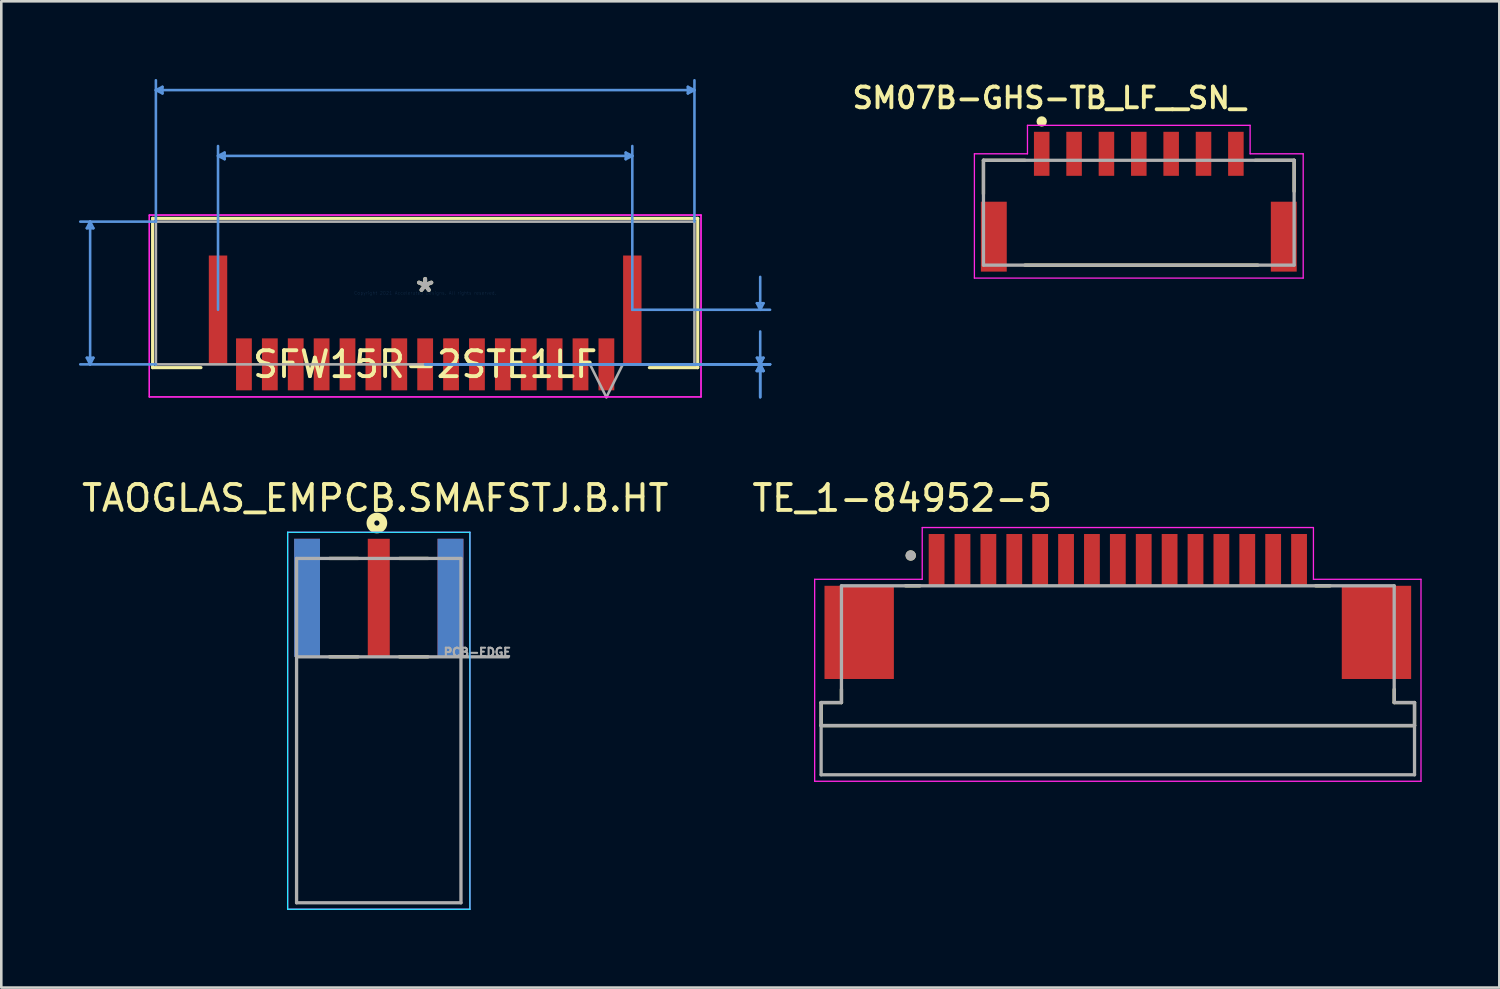
<source format=kicad_pcb>
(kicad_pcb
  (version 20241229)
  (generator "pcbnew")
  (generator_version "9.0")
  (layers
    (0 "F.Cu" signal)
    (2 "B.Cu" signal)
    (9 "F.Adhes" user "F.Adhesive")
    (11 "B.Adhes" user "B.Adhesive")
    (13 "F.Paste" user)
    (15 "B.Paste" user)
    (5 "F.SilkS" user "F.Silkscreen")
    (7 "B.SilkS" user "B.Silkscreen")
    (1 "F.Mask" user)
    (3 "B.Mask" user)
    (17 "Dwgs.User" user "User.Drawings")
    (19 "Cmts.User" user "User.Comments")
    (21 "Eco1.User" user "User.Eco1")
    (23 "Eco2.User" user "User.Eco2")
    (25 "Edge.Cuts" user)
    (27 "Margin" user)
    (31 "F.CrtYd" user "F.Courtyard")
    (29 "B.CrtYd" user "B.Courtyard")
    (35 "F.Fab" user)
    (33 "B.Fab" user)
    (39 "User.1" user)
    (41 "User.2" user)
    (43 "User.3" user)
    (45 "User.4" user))
  (footprint "SM07B-GHS-TB_LF__SN_"
    (layer "F.Cu")
    (at 40.936 4.741)
    (property "Reference" "SM07B-GHS-TB_LF__SN_" (at -3.462 -4.01 0) (layer "F.SilkS") (effects (font (size 0.8 0.8) (thickness 0.15))))
    (attr smd)
    (fp_line (start -6 -1.6) (end -4.4 -1.6) (stroke (width 0.127) (type solid)) (layer "F.SilkS"))
    (fp_line (start -6 -0.3) (end -6 -1.6) (stroke (width 0.127) (type solid)) (layer "F.SilkS"))
    (fp_line (start -4.4 2.45) (end 4.6 2.45) (stroke (width 0.127) (type solid)) (layer "F.SilkS"))
    (fp_line (start 4.5 -1.6) (end 6 -1.6) (stroke (width 0.127) (type solid)) (layer "F.SilkS"))
    (fp_line (start 6 -1.6) (end 6 -0.4) (stroke (width 0.127) (type solid)) (layer "F.SilkS"))
    (fp_circle (center -3.75 -3.1) (end -3.65 -3.1) (stroke (width 0.2) (type solid)) (fill no) (layer "F.SilkS"))
    (fp_line (start -6.35 -1.85) (end -4.3 -1.85) (stroke (width 0.05) (type solid)) (layer "F.CrtYd"))
    (fp_line (start -6.35 2.95) (end -6.35 -1.85) (stroke (width 0.05) (type solid)) (layer "F.CrtYd"))
    (fp_line (start -4.3 -2.95) (end 4.3 -2.95) (stroke (width 0.05) (type solid)) (layer "F.CrtYd"))
    (fp_line (start -4.3 -1.85) (end -4.3 -2.95) (stroke (width 0.05) (type solid)) (layer "F.CrtYd"))
    (fp_line (start 4.3 -2.95) (end 4.3 -1.85) (stroke (width 0.05) (type solid)) (layer "F.CrtYd"))
    (fp_line (start 4.3 -1.85) (end 6.35 -1.85) (stroke (width 0.05) (type solid)) (layer "F.CrtYd"))
    (fp_line (start 6.35 -1.85) (end 6.35 2.95) (stroke (width 0.05) (type solid)) (layer "F.CrtYd"))
    (fp_line (start 6.35 2.95) (end -6.35 2.95) (stroke (width 0.05) (type solid)) (layer "F.CrtYd"))
    (fp_line (start -6 -1.6) (end 6 -1.6) (stroke (width 0.127) (type solid)) (layer "F.Fab"))
    (fp_line (start -6 2.45) (end -6 -1.6) (stroke (width 0.127) (type solid)) (layer "F.Fab"))
    (fp_line (start 6 -1.6) (end 6 2.45) (stroke (width 0.127) (type solid)) (layer "F.Fab"))
    (fp_line (start 6 2.45) (end -6 2.45) (stroke (width 0.127) (type solid)) (layer "F.Fab"))
    (pad "1" smd rect (at -3.75 -1.85) (size 0.6 1.7) (layers "F.Cu" "F.Mask" "F.Paste"))
    (pad "2" smd rect (at -2.5 -1.85) (size 0.6 1.7) (layers "F.Cu" "F.Mask" "F.Paste"))
    (pad "3" smd rect (at -1.25 -1.85) (size 0.6 1.7) (layers "F.Cu" "F.Mask" "F.Paste"))
    (pad "4" smd rect (at 0 -1.85) (size 0.6 1.7) (layers "F.Cu" "F.Mask" "F.Paste"))
    (pad "5" smd rect (at 1.25 -1.85) (size 0.6 1.7) (layers "F.Cu" "F.Mask" "F.Paste"))
    (pad "6" smd rect (at 2.5 -1.85) (size 0.6 1.7) (layers "F.Cu" "F.Mask" "F.Paste"))
    (pad "7" smd rect (at 3.75 -1.85) (size 0.6 1.7) (layers "F.Cu" "F.Mask" "F.Paste"))
    (pad "S1" smd rect (at 5.6 1.35) (size 1 2.7) (layers "F.Cu" "F.Mask" "F.Paste"))
    (pad "S2" smd rect (at -5.6 1.35) (size 1 2.7) (layers "F.Cu" "F.Mask" "F.Paste")))
  (footprint "TAOGLAS_EMPCB.SMAFSTJ.B.HT"
    (layer "F.Cu")
    (at 11.58 20.04)
    (property "Reference" "TAOGLAS_EMPCB.SMAFSTJ.B.HT" (at -0.135 -3.849 0) (layer "F.SilkS") (effects (font (size 1.001 1.001) (thickness 0.15))))
    (attr through_hole)
    (fp_line (start -1.9 -1.52) (end -0.8 -1.52) (stroke (width 0.127) (type solid)) (layer "F.SilkS"))
    (fp_line (start -1.9 2.28) (end -0.8 2.28) (stroke (width 0.127) (type solid)) (layer "F.SilkS"))
    (fp_line (start 0.8 -1.52) (end 1.9 -1.52) (stroke (width 0.127) (type solid)) (layer "F.SilkS"))
    (fp_line (start 0.8 2.28) (end 1.9 2.28) (stroke (width 0.127) (type solid)) (layer "F.SilkS"))
    (fp_circle (center -0.073 -2.888) (end 0.027 -2.888) (stroke (width 0.3) (type solid)) (fill no) (layer "F.SilkS"))
    (fp_line (start -3.52 -2.53) (end 3.52 -2.53) (stroke (width 0.05) (type solid)) (layer "B.CrtYd"))
    (fp_line (start -3.52 12.03) (end -3.52 -2.53) (stroke (width 0.05) (type solid)) (layer "B.CrtYd"))
    (fp_line (start 3.52 -2.53) (end 3.52 12.03) (stroke (width 0.05) (type solid)) (layer "B.CrtYd"))
    (fp_line (start 3.52 12.03) (end -3.52 12.03) (stroke (width 0.05) (type solid)) (layer "B.CrtYd"))
    (fp_line (start -3.52 -2.53) (end 3.52 -2.53) (stroke (width 0.05) (type solid)) (layer "F.CrtYd"))
    (fp_line (start -3.52 12.03) (end -3.52 -2.53) (stroke (width 0.05) (type solid)) (layer "F.CrtYd"))
    (fp_line (start 3.52 -2.53) (end 3.52 12.03) (stroke (width 0.05) (type solid)) (layer "F.CrtYd"))
    (fp_line (start 3.52 12.03) (end -3.52 12.03) (stroke (width 0.05) (type solid)) (layer "F.CrtYd"))
    (fp_line (start -3.175 -1.52) (end 3.175 -1.52) (stroke (width 0.127) (type solid)) (layer "F.Fab"))
    (fp_line (start -3.175 2.28) (end -3.175 -1.52) (stroke (width 0.127) (type solid)) (layer "F.Fab"))
    (fp_line (start -3.175 2.28) (end 5 2.28) (stroke (width 0.127) (type solid)) (layer "F.Fab"))
    (fp_line (start -3.175 11.78) (end -3.175 2.28) (stroke (width 0.127) (type solid)) (layer "F.Fab"))
    (fp_line (start 3.175 -1.52) (end 3.175 11.78) (stroke (width 0.127) (type solid)) (layer "F.Fab"))
    (fp_line (start 3.175 11.78) (end -3.175 11.78) (stroke (width 0.127) (type solid)) (layer "F.Fab"))
    (fp_text user "PCB-EDGE" (at 3.807 2.104 0) (layer "F.Fab") (effects (font (size 0.321 0.321) (thickness 0.15))))
    (pad "1" smd rect (at 0 0) (size 0.85 4.56) (layers "F.Cu" "F.Mask" "F.Paste"))
    (pad "SH1" smd rect (at -2.77 0) (size 1 4.56) (layers "F.Cu" "F.Mask" "F.Paste"))
    (pad "SH2" smd rect (at 2.77 0) (size 1 4.56) (layers "F.Cu" "F.Mask" "F.Paste"))
    (pad "SH3" smd rect (at -2.77 0) (size 1 4.56) (layers "B.Cu" "B.Mask" "B.Paste"))
    (pad "SH4" smd rect (at 2.77 0) (size 1 4.56) (layers "B.Cu" "B.Mask" "B.Paste")))
  (footprint "TE_1-84952-5"
    (layer "F.Cu")
    (at 40.126 18.576)
    (property "Reference" "TE_1-84952-5" (at -8.325 -2.385 0) (layer "F.SilkS") (effects (font (size 1 1) (thickness 0.15))))
    (attr smd)
    (fp_line (start -11.46 6.4) (end -11.46 5.51) (stroke (width 0.127) (type solid)) (layer "F.SilkS"))
    (fp_line (start -10.675 5) (end -10.675 5.51) (stroke (width 0.127) (type solid)) (layer "F.SilkS"))
    (fp_line (start -10.675 5.51) (end -11.46 5.51) (stroke (width 0.127) (type solid)) (layer "F.SilkS"))
    (fp_line (start -8.2 1) (end -7.64 1) (stroke (width 0.127) (type solid)) (layer "F.SilkS"))
    (fp_line (start 7.64 1) (end 8.2 1) (stroke (width 0.127) (type solid)) (layer "F.SilkS"))
    (fp_line (start 10.675 5) (end 10.675 5.51) (stroke (width 0.127) (type solid)) (layer "F.SilkS"))
    (fp_line (start 11.46 5.51) (end 10.675 5.51) (stroke (width 0.127) (type solid)) (layer "F.SilkS"))
    (fp_line (start 11.46 5.51) (end 11.46 6.4) (stroke (width 0.127) (type solid)) (layer "F.SilkS"))
    (fp_line (start 11.46 6.4) (end -11.46 6.4) (stroke (width 0.127) (type solid)) (layer "F.SilkS"))
    (fp_circle (center -8 -0.17) (end -7.9 -0.17) (stroke (width 0.2) (type solid)) (fill no) (layer "F.SilkS"))
    (fp_line (start -11.71 0.75) (end -7.555 0.75) (stroke (width 0.05) (type solid)) (layer "F.CrtYd"))
    (fp_line (start -11.71 8.55) (end -11.71 0.75) (stroke (width 0.05) (type solid)) (layer "F.CrtYd"))
    (fp_line (start -7.555 -1.25) (end 7.555 -1.25) (stroke (width 0.05) (type solid)) (layer "F.CrtYd"))
    (fp_line (start -7.555 0.75) (end -7.555 -1.25) (stroke (width 0.05) (type solid)) (layer "F.CrtYd"))
    (fp_line (start 7.555 -1.25) (end 7.555 0.75) (stroke (width 0.05) (type solid)) (layer "F.CrtYd"))
    (fp_line (start 7.555 0.75) (end 11.71 0.75) (stroke (width 0.05) (type solid)) (layer "F.CrtYd"))
    (fp_line (start 11.71 0.75) (end 11.71 8.55) (stroke (width 0.05) (type solid)) (layer "F.CrtYd"))
    (fp_line (start 11.71 8.55) (end -11.71 8.55) (stroke (width 0.05) (type solid)) (layer "F.CrtYd"))
    (fp_line (start -11.46 5.51) (end -11.46 6.4) (stroke (width 0.127) (type solid)) (layer "F.Fab"))
    (fp_line (start -11.46 8.3) (end -11.46 6.4) (stroke (width 0.127) (type solid)) (layer "F.Fab"))
    (fp_line (start -10.675 1) (end -10.675 5.51) (stroke (width 0.127) (type solid)) (layer "F.Fab"))
    (fp_line (start -10.675 1) (end 10.675 1) (stroke (width 0.127) (type solid)) (layer "F.Fab"))
    (fp_line (start -10.675 5.51) (end -11.46 5.51) (stroke (width 0.127) (type solid)) (layer "F.Fab"))
    (fp_line (start 10.675 1) (end 10.675 5.51) (stroke (width 0.127) (type solid)) (layer "F.Fab"))
    (fp_line (start 11.46 5.51) (end 10.675 5.51) (stroke (width 0.127) (type solid)) (layer "F.Fab"))
    (fp_line (start 11.46 5.51) (end 11.46 6.4) (stroke (width 0.127) (type solid)) (layer "F.Fab"))
    (fp_line (start 11.46 6.4) (end -11.46 6.4) (stroke (width 0.127) (type solid)) (layer "F.Fab"))
    (fp_line (start 11.46 6.4) (end 11.46 8.3) (stroke (width 0.127) (type solid)) (layer "F.Fab"))
    (fp_line (start 11.46 8.3) (end -11.46 8.3) (stroke (width 0.127) (type solid)) (layer "F.Fab"))
    (fp_circle (center -8 -0.17) (end -7.9 -0.17) (stroke (width 0.2) (type solid)) (fill no) (layer "F.Fab"))
    (pad "1" smd rect (at -7 0) (size 0.61 2) (layers "F.Cu" "F.Mask" "F.Paste"))
    (pad "2" smd rect (at -6 0) (size 0.61 2) (layers "F.Cu" "F.Mask" "F.Paste"))
    (pad "3" smd rect (at -5 0) (size 0.61 2) (layers "F.Cu" "F.Mask" "F.Paste"))
    (pad "4" smd rect (at -4 0) (size 0.61 2) (layers "F.Cu" "F.Mask" "F.Paste"))
    (pad "5" smd rect (at -3 0) (size 0.61 2) (layers "F.Cu" "F.Mask" "F.Paste"))
    (pad "6" smd rect (at -2 0) (size 0.61 2) (layers "F.Cu" "F.Mask" "F.Paste"))
    (pad "7" smd rect (at -1 0) (size 0.61 2) (layers "F.Cu" "F.Mask" "F.Paste"))
    (pad "8" smd rect (at 0 0) (size 0.61 2) (layers "F.Cu" "F.Mask" "F.Paste"))
    (pad "9" smd rect (at 1 0) (size 0.61 2) (layers "F.Cu" "F.Mask" "F.Paste"))
    (pad "10" smd rect (at 2 0) (size 0.61 2) (layers "F.Cu" "F.Mask" "F.Paste"))
    (pad "11" smd rect (at 3 0) (size 0.61 2) (layers "F.Cu" "F.Mask" "F.Paste"))
    (pad "12" smd rect (at 4 0) (size 0.61 2) (layers "F.Cu" "F.Mask" "F.Paste"))
    (pad "13" smd rect (at 5 0) (size 0.61 2) (layers "F.Cu" "F.Mask" "F.Paste"))
    (pad "14" smd rect (at 6 0) (size 0.61 2) (layers "F.Cu" "F.Mask" "F.Paste"))
    (pad "15" smd rect (at 7 0) (size 0.61 2) (layers "F.Cu" "F.Mask" "F.Paste"))
    (pad "S1" smd rect (at -9.99 2.8) (size 2.68 3.6) (layers "F.Cu" "F.Mask" "F.Paste"))
    (pad "S2" smd rect (at 9.99 2.8) (size 2.68 3.6) (layers "F.Cu" "F.Mask" "F.Paste")))
  (footprint "SFW15R-2STE1LF"
    (layer "F.Cu")
    (at 13.372 8.267)
    (property "Reference" "SFW15R-2STE1LF" (at 0 2.756 0) (layer "F.SilkS") (effects (font (size 1 1) (thickness 0.15))))
    (attr through_hole)
    (fp_line (start -10.528 -2.883) (end -10.528 2.883) (stroke (width 0.12) (type solid)) (layer "F.SilkS"))
    (fp_line (start -10.528 2.883) (end -8.659 2.883) (stroke (width 0.12) (type solid)) (layer "F.SilkS"))
    (fp_line (start 8.659 2.883) (end 10.528 2.883) (stroke (width 0.12) (type solid)) (layer "F.SilkS"))
    (fp_line (start 10.528 -2.883) (end -10.528 -2.883) (stroke (width 0.12) (type solid)) (layer "F.SilkS"))
    (fp_line (start 10.528 2.883) (end 10.528 -2.883) (stroke (width 0.12) (type solid)) (layer "F.SilkS"))
    (fp_line (start -13.068 -2.502) (end -12.814 -2.502) (stroke (width 0.1) (type solid)) (layer "Cmts.User"))
    (fp_line (start -13.068 2.502) (end -12.814 2.502) (stroke (width 0.1) (type solid)) (layer "Cmts.User"))
    (fp_line (start -12.941 -2.756) (end -13.068 -2.502) (stroke (width 0.1) (type solid)) (layer "Cmts.User"))
    (fp_line (start -12.941 -2.756) (end -12.941 2.756) (stroke (width 0.1) (type solid)) (layer "Cmts.User"))
    (fp_line (start -12.941 -2.756) (end -12.814 -2.502) (stroke (width 0.1) (type solid)) (layer "Cmts.User"))
    (fp_line (start -12.941 2.756) (end -13.068 2.502) (stroke (width 0.1) (type solid)) (layer "Cmts.User"))
    (fp_line (start -12.941 2.756) (end -12.814 2.502) (stroke (width 0.1) (type solid)) (layer "Cmts.User"))
    (fp_line (start -10.401 -7.836) (end -10.147 -7.963) (stroke (width 0.1) (type solid)) (layer "Cmts.User"))
    (fp_line (start -10.401 -7.836) (end -10.147 -7.709) (stroke (width 0.1) (type solid)) (layer "Cmts.User"))
    (fp_line (start -10.401 -7.836) (end 10.401 -7.836) (stroke (width 0.1) (type solid)) (layer "Cmts.User"))
    (fp_line (start -10.401 -2.756) (end -13.322 -2.756) (stroke (width 0.1) (type solid)) (layer "Cmts.User"))
    (fp_line (start -10.401 -2.756) (end -10.401 -8.217) (stroke (width 0.1) (type solid)) (layer "Cmts.User"))
    (fp_line (start -10.401 2.756) (end -13.322 2.756) (stroke (width 0.1) (type solid)) (layer "Cmts.User"))
    (fp_line (start -10.147 -7.963) (end -10.147 -7.709) (stroke (width 0.1) (type solid)) (layer "Cmts.User"))
    (fp_line (start -8.001 -5.296) (end -7.747 -5.423) (stroke (width 0.1) (type solid)) (layer "Cmts.User"))
    (fp_line (start -8.001 -5.296) (end -7.747 -5.169) (stroke (width 0.1) (type solid)) (layer "Cmts.User"))
    (fp_line (start -8.001 -5.296) (end 8.001 -5.296) (stroke (width 0.1) (type solid)) (layer "Cmts.User"))
    (fp_line (start -8.001 0.648) (end -8.001 -5.677) (stroke (width 0.1) (type solid)) (layer "Cmts.User"))
    (fp_line (start -7.747 -5.423) (end -7.747 -5.169) (stroke (width 0.1) (type solid)) (layer "Cmts.User"))
    (fp_line (start 0 2.756) (end 13.322 2.756) (stroke (width 0.1) (type solid)) (layer "Cmts.User"))
    (fp_line (start 0 2.756) (end 13.322 2.756) (stroke (width 0.1) (type solid)) (layer "Cmts.User"))
    (fp_line (start 7.747 -5.423) (end 7.747 -5.169) (stroke (width 0.1) (type solid)) (layer "Cmts.User"))
    (fp_line (start 8.001 -5.296) (end 7.747 -5.423) (stroke (width 0.1) (type solid)) (layer "Cmts.User"))
    (fp_line (start 8.001 -5.296) (end 7.747 -5.169) (stroke (width 0.1) (type solid)) (layer "Cmts.User"))
    (fp_line (start 8.001 0.648) (end 8.001 -5.677) (stroke (width 0.1) (type solid)) (layer "Cmts.User"))
    (fp_line (start 8.001 0.648) (end 13.322 0.648) (stroke (width 0.1) (type solid)) (layer "Cmts.User"))
    (fp_line (start 10.147 -7.963) (end 10.147 -7.709) (stroke (width 0.1) (type solid)) (layer "Cmts.User"))
    (fp_line (start 10.401 -7.836) (end 10.147 -7.963) (stroke (width 0.1) (type solid)) (layer "Cmts.User"))
    (fp_line (start 10.401 -7.836) (end 10.147 -7.709) (stroke (width 0.1) (type solid)) (layer "Cmts.User"))
    (fp_line (start 10.401 -2.756) (end 10.401 -8.217) (stroke (width 0.1) (type solid)) (layer "Cmts.User"))
    (fp_line (start 10.401 2.756) (end 13.322 2.756) (stroke (width 0.1) (type solid)) (layer "Cmts.User"))
    (fp_line (start 12.814 0.394) (end 13.068 0.394) (stroke (width 0.1) (type solid)) (layer "Cmts.User"))
    (fp_line (start 12.814 2.502) (end 13.068 2.502) (stroke (width 0.1) (type solid)) (layer "Cmts.User"))
    (fp_line (start 12.814 3.01) (end 13.068 3.01) (stroke (width 0.1) (type solid)) (layer "Cmts.User"))
    (fp_line (start 12.814 3.01) (end 13.068 3.01) (stroke (width 0.1) (type solid)) (layer "Cmts.User"))
    (fp_line (start 12.941 0.648) (end 12.814 0.394) (stroke (width 0.1) (type solid)) (layer "Cmts.User"))
    (fp_line (start 12.941 0.648) (end 12.941 -0.622) (stroke (width 0.1) (type solid)) (layer "Cmts.User"))
    (fp_line (start 12.941 0.648) (end 13.068 0.394) (stroke (width 0.1) (type solid)) (layer "Cmts.User"))
    (fp_line (start 12.941 2.756) (end 12.814 2.502) (stroke (width 0.1) (type solid)) (layer "Cmts.User"))
    (fp_line (start 12.941 2.756) (end 12.814 3.01) (stroke (width 0.1) (type solid)) (layer "Cmts.User"))
    (fp_line (start 12.941 2.756) (end 12.814 3.01) (stroke (width 0.1) (type solid)) (layer "Cmts.User"))
    (fp_line (start 12.941 2.756) (end 12.941 1.486) (stroke (width 0.1) (type solid)) (layer "Cmts.User"))
    (fp_line (start 12.941 2.756) (end 12.941 4.026) (stroke (width 0.1) (type solid)) (layer "Cmts.User"))
    (fp_line (start 12.941 2.756) (end 12.941 4.026) (stroke (width 0.1) (type solid)) (layer "Cmts.User"))
    (fp_line (start 12.941 2.756) (end 13.068 2.502) (stroke (width 0.1) (type solid)) (layer "Cmts.User"))
    (fp_line (start 12.941 2.756) (end 13.068 3.01) (stroke (width 0.1) (type solid)) (layer "Cmts.User"))
    (fp_line (start 12.941 2.756) (end 13.068 3.01) (stroke (width 0.1) (type solid)) (layer "Cmts.User"))
    (fp_line (start -10.655 -3.01) (end -10.655 4.013) (stroke (width 0.05) (type solid)) (layer "F.CrtYd"))
    (fp_line (start -10.655 -3.01) (end -10.655 4.013) (stroke (width 0.05) (type solid)) (layer "F.CrtYd"))
    (fp_line (start -10.655 4.013) (end 10.655 4.013) (stroke (width 0.05) (type solid)) (layer "F.CrtYd"))
    (fp_line (start -10.655 4.013) (end 10.655 4.013) (stroke (width 0.05) (type solid)) (layer "F.CrtYd"))
    (fp_line (start 10.655 -3.01) (end -10.655 -3.01) (stroke (width 0.05) (type solid)) (layer "F.CrtYd"))
    (fp_line (start 10.655 -3.01) (end -10.655 -3.01) (stroke (width 0.05) (type solid)) (layer "F.CrtYd"))
    (fp_line (start 10.655 4.013) (end 10.655 -3.01) (stroke (width 0.05) (type solid)) (layer "F.CrtYd"))
    (fp_line (start 10.655 4.013) (end 10.655 -3.01) (stroke (width 0.05) (type solid)) (layer "F.CrtYd"))
    (fp_line (start -10.401 -2.756) (end -10.401 2.756) (stroke (width 0.1) (type solid)) (layer "F.Fab"))
    (fp_line (start -10.401 2.756) (end 10.401 2.756) (stroke (width 0.1) (type solid)) (layer "F.Fab"))
    (fp_line (start 6.365 2.756) (end 7 4.026) (stroke (width 0.1) (type solid)) (layer "F.Fab"))
    (fp_line (start 7.635 2.756) (end 7 4.026) (stroke (width 0.1) (type solid)) (layer "F.Fab"))
    (fp_line (start 10.401 -2.756) (end -10.401 -2.756) (stroke (width 0.1) (type solid)) (layer "F.Fab"))
    (fp_line (start 10.401 2.756) (end 10.401 -2.756) (stroke (width 0.1) (type solid)) (layer "F.Fab"))
    (fp_text user "*" (at 0 0 0) (layer "F.SilkS") (effects (font (size 1 1) (thickness 0.15))))
    (fp_text user "Copyright 2021 Accelerated Designs. All rights reserved." (at 0 0 0) (layer "Cmts.User") (effects (font (size 0.127 0.127) (thickness 0.002))))
    (fp_text user "*" (at 0 0 0) (layer "F.Fab") (effects (font (size 1 1) (thickness 0.15))))
    (pad "1" smd rect (at 7 2.756) (size 0.61 2.007) (layers "F.Cu" "F.Mask" "F.Paste"))
    (pad "2" smd rect (at 6 2.756) (size 0.61 2.007) (layers "F.Cu" "F.Mask" "F.Paste"))
    (pad "3" smd rect (at 5 2.756) (size 0.61 2.007) (layers "F.Cu" "F.Mask" "F.Paste"))
    (pad "4" smd rect (at 4 2.756) (size 0.61 2.007) (layers "F.Cu" "F.Mask" "F.Paste"))
    (pad "5" smd rect (at 3 2.756) (size 0.61 2.007) (layers "F.Cu" "F.Mask" "F.Paste"))
    (pad "6" smd rect (at 2 2.756) (size 0.61 2.007) (layers "F.Cu" "F.Mask" "F.Paste"))
    (pad "7" smd rect (at 1 2.756) (size 0.61 2.007) (layers "F.Cu" "F.Mask" "F.Paste"))
    (pad "8" smd rect (at 0 2.756) (size 0.61 2.007) (layers "F.Cu" "F.Mask" "F.Paste"))
    (pad "9" smd rect (at -1 2.756) (size 0.61 2.007) (layers "F.Cu" "F.Mask" "F.Paste"))
    (pad "10" smd rect (at -2 2.756) (size 0.61 2.007) (layers "F.Cu" "F.Mask" "F.Paste"))
    (pad "11" smd rect (at -3 2.756) (size 0.61 2.007) (layers "F.Cu" "F.Mask" "F.Paste"))
    (pad "12" smd rect (at -4 2.756) (size 0.61 2.007) (layers "F.Cu" "F.Mask" "F.Paste"))
    (pad "13" smd rect (at -5 2.756) (size 0.61 2.007) (layers "F.Cu" "F.Mask" "F.Paste"))
    (pad "14" smd rect (at -6 2.756) (size 0.61 2.007) (layers "F.Cu" "F.Mask" "F.Paste"))
    (pad "15" smd rect (at -7 2.756) (size 0.61 2.007) (layers "F.Cu" "F.Mask" "F.Paste"))
    (pad "16" smd rect (at -8.001 0.648) (size 0.711 4.191) (layers "F.Cu" "F.Mask" "F.Paste"))
    (pad "17" smd rect (at 8.001 0.648) (size 0.711 4.191) (layers "F.Cu" "F.Mask" "F.Paste")))
  (gr_rect
    (start -3 -3)
    (end 54.861 35.095)
    (stroke (width 0.1) (type default))
    (fill no)
    (layer "Edge.Cuts")))
</source>
